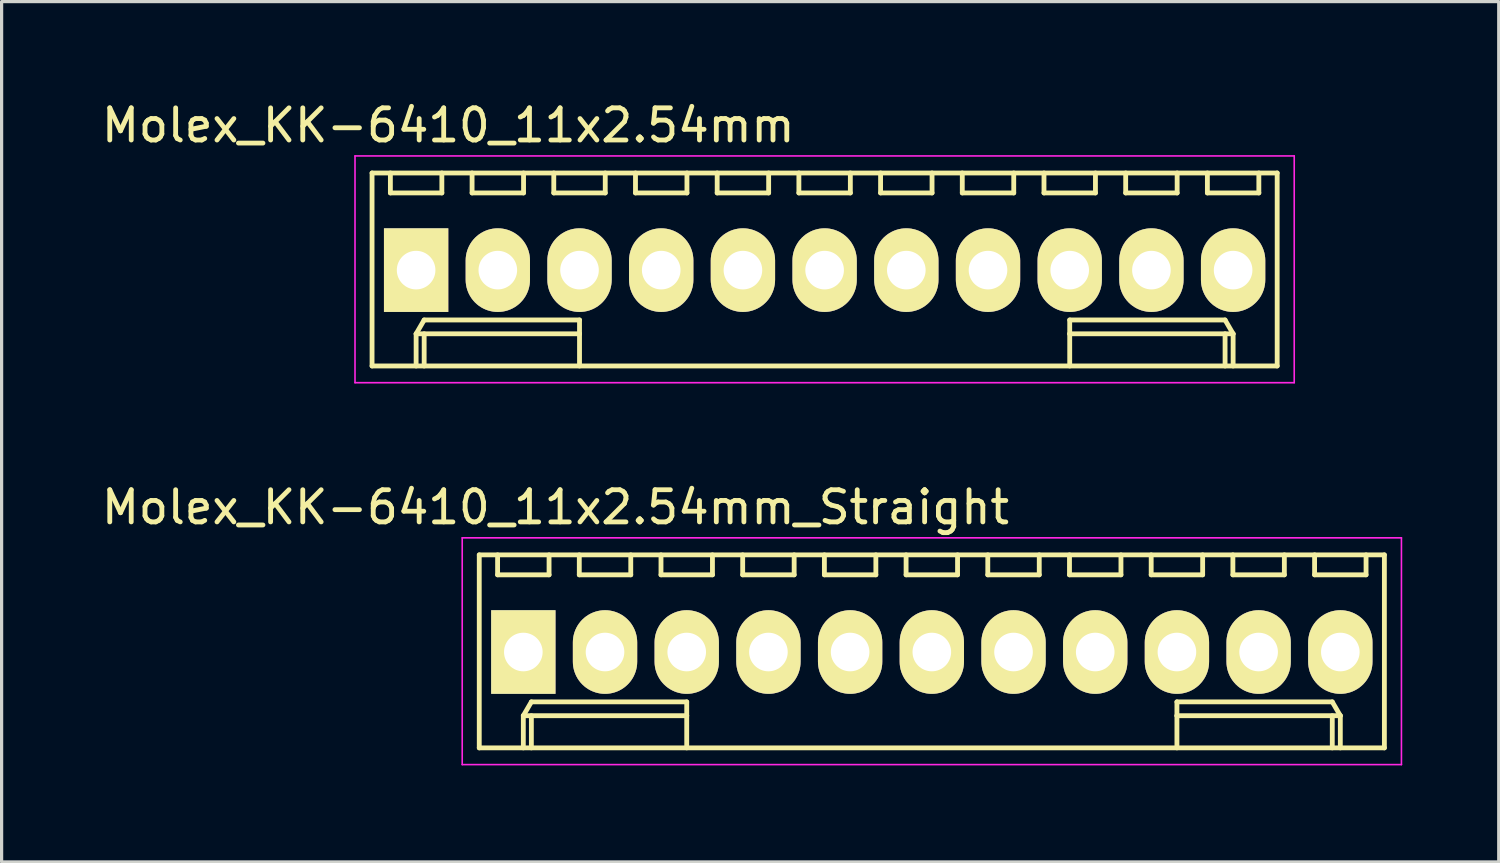
<source format=kicad_pcb>
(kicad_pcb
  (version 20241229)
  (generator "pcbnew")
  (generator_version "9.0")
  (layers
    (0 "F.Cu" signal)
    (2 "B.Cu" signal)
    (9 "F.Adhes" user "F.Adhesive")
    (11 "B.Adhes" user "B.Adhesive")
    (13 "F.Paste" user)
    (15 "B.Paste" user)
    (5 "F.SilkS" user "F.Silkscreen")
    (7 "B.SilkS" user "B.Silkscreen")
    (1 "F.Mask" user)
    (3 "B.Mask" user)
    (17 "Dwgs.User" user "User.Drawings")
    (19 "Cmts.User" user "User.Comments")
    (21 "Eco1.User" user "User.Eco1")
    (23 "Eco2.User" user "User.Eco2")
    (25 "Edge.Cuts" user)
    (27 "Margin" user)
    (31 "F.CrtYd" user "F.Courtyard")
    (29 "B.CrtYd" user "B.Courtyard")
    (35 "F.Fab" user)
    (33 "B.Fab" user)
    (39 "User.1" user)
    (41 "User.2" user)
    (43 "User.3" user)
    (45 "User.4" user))
  (footprint "Molex_KK-6410_11x2.54mm"
    (layer "F.Cu")
    (at 9.887 5.348)
    (property "Reference" "Molex_KK-6410_11x2.54mm" (at 1 -4.5 0) (layer "F.SilkS") (effects (font (size 1 1) (thickness 0.15))))
    (attr through_hole)
    (fp_line (start -1.37 -3.02) (end -1.37 2.98) (stroke (width 0.15) (type solid)) (layer "F.SilkS"))
    (fp_line (start -1.37 2.98) (end 26.77 2.98) (stroke (width 0.15) (type solid)) (layer "F.SilkS"))
    (fp_line (start -0.8 -3.02) (end -0.8 -2.4) (stroke (width 0.15) (type solid)) (layer "F.SilkS"))
    (fp_line (start -0.8 -2.4) (end 0.8 -2.4) (stroke (width 0.15) (type solid)) (layer "F.SilkS"))
    (fp_line (start 0 1.98) (end 0.25 1.55) (stroke (width 0.15) (type solid)) (layer "F.SilkS"))
    (fp_line (start 0 1.98) (end 5.08 1.98) (stroke (width 0.15) (type solid)) (layer "F.SilkS"))
    (fp_line (start 0 2.98) (end 0 1.98) (stroke (width 0.15) (type solid)) (layer "F.SilkS"))
    (fp_line (start 0.25 1.55) (end 5.08 1.55) (stroke (width 0.15) (type solid)) (layer "F.SilkS"))
    (fp_line (start 0.25 2.98) (end 0.25 1.98) (stroke (width 0.15) (type solid)) (layer "F.SilkS"))
    (fp_line (start 0.8 -2.4) (end 0.8 -3.02) (stroke (width 0.15) (type solid)) (layer "F.SilkS"))
    (fp_line (start 1.74 -3.02) (end 1.74 -2.4) (stroke (width 0.15) (type solid)) (layer "F.SilkS"))
    (fp_line (start 1.74 -2.4) (end 3.34 -2.4) (stroke (width 0.15) (type solid)) (layer "F.SilkS"))
    (fp_line (start 3.34 -2.4) (end 3.34 -3.02) (stroke (width 0.15) (type solid)) (layer "F.SilkS"))
    (fp_line (start 4.28 -3.02) (end 4.28 -2.4) (stroke (width 0.15) (type solid)) (layer "F.SilkS"))
    (fp_line (start 4.28 -2.4) (end 5.88 -2.4) (stroke (width 0.15) (type solid)) (layer "F.SilkS"))
    (fp_line (start 5.08 1.55) (end 5.08 1.98) (stroke (width 0.15) (type solid)) (layer "F.SilkS"))
    (fp_line (start 5.08 1.98) (end 5.08 2.98) (stroke (width 0.15) (type solid)) (layer "F.SilkS"))
    (fp_line (start 5.88 -2.4) (end 5.88 -3.02) (stroke (width 0.15) (type solid)) (layer "F.SilkS"))
    (fp_line (start 6.82 -3.02) (end 6.82 -2.4) (stroke (width 0.15) (type solid)) (layer "F.SilkS"))
    (fp_line (start 6.82 -2.4) (end 8.42 -2.4) (stroke (width 0.15) (type solid)) (layer "F.SilkS"))
    (fp_line (start 8.42 -2.4) (end 8.42 -3.02) (stroke (width 0.15) (type solid)) (layer "F.SilkS"))
    (fp_line (start 9.36 -3.02) (end 9.36 -2.4) (stroke (width 0.15) (type solid)) (layer "F.SilkS"))
    (fp_line (start 9.36 -2.4) (end 10.96 -2.4) (stroke (width 0.15) (type solid)) (layer "F.SilkS"))
    (fp_line (start 10.96 -2.4) (end 10.96 -3.02) (stroke (width 0.15) (type solid)) (layer "F.SilkS"))
    (fp_line (start 11.9 -3.02) (end 11.9 -2.4) (stroke (width 0.15) (type solid)) (layer "F.SilkS"))
    (fp_line (start 11.9 -2.4) (end 13.5 -2.4) (stroke (width 0.15) (type solid)) (layer "F.SilkS"))
    (fp_line (start 13.5 -2.4) (end 13.5 -3.02) (stroke (width 0.15) (type solid)) (layer "F.SilkS"))
    (fp_line (start 14.44 -3.02) (end 14.44 -2.4) (stroke (width 0.15) (type solid)) (layer "F.SilkS"))
    (fp_line (start 14.44 -2.4) (end 16.04 -2.4) (stroke (width 0.15) (type solid)) (layer "F.SilkS"))
    (fp_line (start 16.04 -2.4) (end 16.04 -3.02) (stroke (width 0.15) (type solid)) (layer "F.SilkS"))
    (fp_line (start 16.98 -3.02) (end 16.98 -2.4) (stroke (width 0.15) (type solid)) (layer "F.SilkS"))
    (fp_line (start 16.98 -2.4) (end 18.58 -2.4) (stroke (width 0.15) (type solid)) (layer "F.SilkS"))
    (fp_line (start 18.58 -2.4) (end 18.58 -3.02) (stroke (width 0.15) (type solid)) (layer "F.SilkS"))
    (fp_line (start 19.52 -3.02) (end 19.52 -2.4) (stroke (width 0.15) (type solid)) (layer "F.SilkS"))
    (fp_line (start 19.52 -2.4) (end 21.12 -2.4) (stroke (width 0.15) (type solid)) (layer "F.SilkS"))
    (fp_line (start 20.32 1.55) (end 20.32 1.98) (stroke (width 0.15) (type solid)) (layer "F.SilkS"))
    (fp_line (start 20.32 1.98) (end 20.32 2.98) (stroke (width 0.15) (type solid)) (layer "F.SilkS"))
    (fp_line (start 21.12 -2.4) (end 21.12 -3.02) (stroke (width 0.15) (type solid)) (layer "F.SilkS"))
    (fp_line (start 22.06 -3.02) (end 22.06 -2.4) (stroke (width 0.15) (type solid)) (layer "F.SilkS"))
    (fp_line (start 22.06 -2.4) (end 23.66 -2.4) (stroke (width 0.15) (type solid)) (layer "F.SilkS"))
    (fp_line (start 23.66 -2.4) (end 23.66 -3.02) (stroke (width 0.15) (type solid)) (layer "F.SilkS"))
    (fp_line (start 24.6 -3.02) (end 24.6 -2.4) (stroke (width 0.15) (type solid)) (layer "F.SilkS"))
    (fp_line (start 24.6 -2.4) (end 26.2 -2.4) (stroke (width 0.15) (type solid)) (layer "F.SilkS"))
    (fp_line (start 25.15 1.55) (end 20.32 1.55) (stroke (width 0.15) (type solid)) (layer "F.SilkS"))
    (fp_line (start 25.15 2.98) (end 25.15 1.98) (stroke (width 0.15) (type solid)) (layer "F.SilkS"))
    (fp_line (start 25.4 1.98) (end 20.32 1.98) (stroke (width 0.15) (type solid)) (layer "F.SilkS"))
    (fp_line (start 25.4 1.98) (end 25.15 1.55) (stroke (width 0.15) (type solid)) (layer "F.SilkS"))
    (fp_line (start 25.4 2.98) (end 25.4 1.98) (stroke (width 0.15) (type solid)) (layer "F.SilkS"))
    (fp_line (start 26.2 -2.4) (end 26.2 -3.02) (stroke (width 0.15) (type solid)) (layer "F.SilkS"))
    (fp_line (start 26.77 -3.02) (end -1.37 -3.02) (stroke (width 0.15) (type solid)) (layer "F.SilkS"))
    (fp_line (start 26.77 2.98) (end 26.77 -3.02) (stroke (width 0.15) (type solid)) (layer "F.SilkS"))
    (fp_line (start -1.9 -3.55) (end 27.3 -3.55) (stroke (width 0.05) (type solid)) (layer "F.CrtYd"))
    (fp_line (start -1.9 3.5) (end -1.9 -3.55) (stroke (width 0.05) (type solid)) (layer "F.CrtYd"))
    (fp_line (start 27.3 -3.55) (end 27.3 3.5) (stroke (width 0.05) (type solid)) (layer "F.CrtYd"))
    (fp_line (start 27.3 3.5) (end -1.9 3.5) (stroke (width 0.05) (type solid)) (layer "F.CrtYd"))
    (pad "1" thru_hole rect (at 0 0) (size 2 2.6) (drill 1.2) (layers "*.Cu" "*.Mask" "F.SilkS"))
    (pad "2" thru_hole oval (at 2.54 0) (size 2 2.6) (drill 1.2) (layers "*.Cu" "*.Mask" "F.SilkS"))
    (pad "3" thru_hole oval (at 5.08 0) (size 2 2.6) (drill 1.2) (layers "*.Cu" "*.Mask" "F.SilkS"))
    (pad "4" thru_hole oval (at 7.62 0) (size 2 2.6) (drill 1.2) (layers "*.Cu" "*.Mask" "F.SilkS"))
    (pad "5" thru_hole oval (at 10.16 0) (size 2 2.6) (drill 1.2) (layers "*.Cu" "*.Mask" "F.SilkS"))
    (pad "6" thru_hole oval (at 12.7 0) (size 2 2.6) (drill 1.2) (layers "*.Cu" "*.Mask" "F.SilkS"))
    (pad "7" thru_hole oval (at 15.24 0) (size 2 2.6) (drill 1.2) (layers "*.Cu" "*.Mask" "F.SilkS"))
    (pad "8" thru_hole oval (at 17.78 0) (size 2 2.6) (drill 1.2) (layers "*.Cu" "*.Mask" "F.SilkS"))
    (pad "9" thru_hole oval (at 20.32 0) (size 2 2.6) (drill 1.2) (layers "*.Cu" "*.Mask" "F.SilkS"))
    (pad "10" thru_hole oval (at 22.86 0) (size 2 2.6) (drill 1.2) (layers "*.Cu" "*.Mask" "F.SilkS"))
    (pad "11" thru_hole oval (at 25.4 0) (size 2 2.6) (drill 1.2) (layers "*.Cu" "*.Mask" "F.SilkS")))
  (footprint "Molex_KK-6410_11x2.54mm_Straight"
    (layer "F.Cu")
    (at 13.22 17.221)
    (property "Reference" "Molex_KK-6410_11x2.54mm_Straight" (at 1 -4.5 0) (layer "F.SilkS") (effects (font (size 1 1) (thickness 0.15))))
    (attr through_hole)
    (fp_line (start -1.37 -3.02) (end -1.37 2.98) (stroke (width 0.15) (type solid)) (layer "F.SilkS"))
    (fp_line (start -1.37 2.98) (end 26.77 2.98) (stroke (width 0.15) (type solid)) (layer "F.SilkS"))
    (fp_line (start -0.8 -3.02) (end -0.8 -2.4) (stroke (width 0.15) (type solid)) (layer "F.SilkS"))
    (fp_line (start -0.8 -2.4) (end 0.8 -2.4) (stroke (width 0.15) (type solid)) (layer "F.SilkS"))
    (fp_line (start 0 1.98) (end 0.25 1.55) (stroke (width 0.15) (type solid)) (layer "F.SilkS"))
    (fp_line (start 0 1.98) (end 5.08 1.98) (stroke (width 0.15) (type solid)) (layer "F.SilkS"))
    (fp_line (start 0 2.98) (end 0 1.98) (stroke (width 0.15) (type solid)) (layer "F.SilkS"))
    (fp_line (start 0.25 1.55) (end 5.08 1.55) (stroke (width 0.15) (type solid)) (layer "F.SilkS"))
    (fp_line (start 0.25 2.98) (end 0.25 1.98) (stroke (width 0.15) (type solid)) (layer "F.SilkS"))
    (fp_line (start 0.8 -2.4) (end 0.8 -3.02) (stroke (width 0.15) (type solid)) (layer "F.SilkS"))
    (fp_line (start 1.74 -3.02) (end 1.74 -2.4) (stroke (width 0.15) (type solid)) (layer "F.SilkS"))
    (fp_line (start 1.74 -2.4) (end 3.34 -2.4) (stroke (width 0.15) (type solid)) (layer "F.SilkS"))
    (fp_line (start 3.34 -2.4) (end 3.34 -3.02) (stroke (width 0.15) (type solid)) (layer "F.SilkS"))
    (fp_line (start 4.28 -3.02) (end 4.28 -2.4) (stroke (width 0.15) (type solid)) (layer "F.SilkS"))
    (fp_line (start 4.28 -2.4) (end 5.88 -2.4) (stroke (width 0.15) (type solid)) (layer "F.SilkS"))
    (fp_line (start 5.08 1.55) (end 5.08 1.98) (stroke (width 0.15) (type solid)) (layer "F.SilkS"))
    (fp_line (start 5.08 1.98) (end 5.08 2.98) (stroke (width 0.15) (type solid)) (layer "F.SilkS"))
    (fp_line (start 5.88 -2.4) (end 5.88 -3.02) (stroke (width 0.15) (type solid)) (layer "F.SilkS"))
    (fp_line (start 6.82 -3.02) (end 6.82 -2.4) (stroke (width 0.15) (type solid)) (layer "F.SilkS"))
    (fp_line (start 6.82 -2.4) (end 8.42 -2.4) (stroke (width 0.15) (type solid)) (layer "F.SilkS"))
    (fp_line (start 8.42 -2.4) (end 8.42 -3.02) (stroke (width 0.15) (type solid)) (layer "F.SilkS"))
    (fp_line (start 9.36 -3.02) (end 9.36 -2.4) (stroke (width 0.15) (type solid)) (layer "F.SilkS"))
    (fp_line (start 9.36 -2.4) (end 10.96 -2.4) (stroke (width 0.15) (type solid)) (layer "F.SilkS"))
    (fp_line (start 10.96 -2.4) (end 10.96 -3.02) (stroke (width 0.15) (type solid)) (layer "F.SilkS"))
    (fp_line (start 11.9 -3.02) (end 11.9 -2.4) (stroke (width 0.15) (type solid)) (layer "F.SilkS"))
    (fp_line (start 11.9 -2.4) (end 13.5 -2.4) (stroke (width 0.15) (type solid)) (layer "F.SilkS"))
    (fp_line (start 13.5 -2.4) (end 13.5 -3.02) (stroke (width 0.15) (type solid)) (layer "F.SilkS"))
    (fp_line (start 14.44 -3.02) (end 14.44 -2.4) (stroke (width 0.15) (type solid)) (layer "F.SilkS"))
    (fp_line (start 14.44 -2.4) (end 16.04 -2.4) (stroke (width 0.15) (type solid)) (layer "F.SilkS"))
    (fp_line (start 16.04 -2.4) (end 16.04 -3.02) (stroke (width 0.15) (type solid)) (layer "F.SilkS"))
    (fp_line (start 16.98 -3.02) (end 16.98 -2.4) (stroke (width 0.15) (type solid)) (layer "F.SilkS"))
    (fp_line (start 16.98 -2.4) (end 18.58 -2.4) (stroke (width 0.15) (type solid)) (layer "F.SilkS"))
    (fp_line (start 18.58 -2.4) (end 18.58 -3.02) (stroke (width 0.15) (type solid)) (layer "F.SilkS"))
    (fp_line (start 19.52 -3.02) (end 19.52 -2.4) (stroke (width 0.15) (type solid)) (layer "F.SilkS"))
    (fp_line (start 19.52 -2.4) (end 21.12 -2.4) (stroke (width 0.15) (type solid)) (layer "F.SilkS"))
    (fp_line (start 20.32 1.55) (end 20.32 1.98) (stroke (width 0.15) (type solid)) (layer "F.SilkS"))
    (fp_line (start 20.32 1.98) (end 20.32 2.98) (stroke (width 0.15) (type solid)) (layer "F.SilkS"))
    (fp_line (start 21.12 -2.4) (end 21.12 -3.02) (stroke (width 0.15) (type solid)) (layer "F.SilkS"))
    (fp_line (start 22.06 -3.02) (end 22.06 -2.4) (stroke (width 0.15) (type solid)) (layer "F.SilkS"))
    (fp_line (start 22.06 -2.4) (end 23.66 -2.4) (stroke (width 0.15) (type solid)) (layer "F.SilkS"))
    (fp_line (start 23.66 -2.4) (end 23.66 -3.02) (stroke (width 0.15) (type solid)) (layer "F.SilkS"))
    (fp_line (start 24.6 -3.02) (end 24.6 -2.4) (stroke (width 0.15) (type solid)) (layer "F.SilkS"))
    (fp_line (start 24.6 -2.4) (end 26.2 -2.4) (stroke (width 0.15) (type solid)) (layer "F.SilkS"))
    (fp_line (start 25.15 1.55) (end 20.32 1.55) (stroke (width 0.15) (type solid)) (layer "F.SilkS"))
    (fp_line (start 25.15 2.98) (end 25.15 1.98) (stroke (width 0.15) (type solid)) (layer "F.SilkS"))
    (fp_line (start 25.4 1.98) (end 20.32 1.98) (stroke (width 0.15) (type solid)) (layer "F.SilkS"))
    (fp_line (start 25.4 1.98) (end 25.15 1.55) (stroke (width 0.15) (type solid)) (layer "F.SilkS"))
    (fp_line (start 25.4 2.98) (end 25.4 1.98) (stroke (width 0.15) (type solid)) (layer "F.SilkS"))
    (fp_line (start 26.2 -2.4) (end 26.2 -3.02) (stroke (width 0.15) (type solid)) (layer "F.SilkS"))
    (fp_line (start 26.77 -3.02) (end -1.37 -3.02) (stroke (width 0.15) (type solid)) (layer "F.SilkS"))
    (fp_line (start 26.77 2.98) (end 26.77 -3.02) (stroke (width 0.15) (type solid)) (layer "F.SilkS"))
    (fp_line (start -1.9 -3.55) (end 27.3 -3.55) (stroke (width 0.05) (type solid)) (layer "F.CrtYd"))
    (fp_line (start -1.9 3.5) (end -1.9 -3.55) (stroke (width 0.05) (type solid)) (layer "F.CrtYd"))
    (fp_line (start 27.3 -3.55) (end 27.3 3.5) (stroke (width 0.05) (type solid)) (layer "F.CrtYd"))
    (fp_line (start 27.3 3.5) (end -1.9 3.5) (stroke (width 0.05) (type solid)) (layer "F.CrtYd"))
    (pad "1" thru_hole rect (at 0 0) (size 2 2.6) (drill 1.2) (layers "*.Cu" "*.Mask" "F.SilkS"))
    (pad "2" thru_hole oval (at 2.54 0) (size 2 2.6) (drill 1.2) (layers "*.Cu" "*.Mask" "F.SilkS"))
    (pad "3" thru_hole oval (at 5.08 0) (size 2 2.6) (drill 1.2) (layers "*.Cu" "*.Mask" "F.SilkS"))
    (pad "4" thru_hole oval (at 7.62 0) (size 2 2.6) (drill 1.2) (layers "*.Cu" "*.Mask" "F.SilkS"))
    (pad "5" thru_hole oval (at 10.16 0) (size 2 2.6) (drill 1.2) (layers "*.Cu" "*.Mask" "F.SilkS"))
    (pad "6" thru_hole oval (at 12.7 0) (size 2 2.6) (drill 1.2) (layers "*.Cu" "*.Mask" "F.SilkS"))
    (pad "7" thru_hole oval (at 15.24 0) (size 2 2.6) (drill 1.2) (layers "*.Cu" "*.Mask" "F.SilkS"))
    (pad "8" thru_hole oval (at 17.78 0) (size 2 2.6) (drill 1.2) (layers "*.Cu" "*.Mask" "F.SilkS"))
    (pad "9" thru_hole oval (at 20.32 0) (size 2 2.6) (drill 1.2) (layers "*.Cu" "*.Mask" "F.SilkS"))
    (pad "10" thru_hole oval (at 22.86 0) (size 2 2.6) (drill 1.2) (layers "*.Cu" "*.Mask" "F.SilkS"))
    (pad "11" thru_hole oval (at 25.4 0) (size 2 2.6) (drill 1.2) (layers "*.Cu" "*.Mask" "F.SilkS")))
  (gr_rect
    (start -3 -3)
    (end 43.545 23.747)
    (stroke (width 0.1) (type default))
    (fill no)
    (layer "Edge.Cuts")))
</source>
